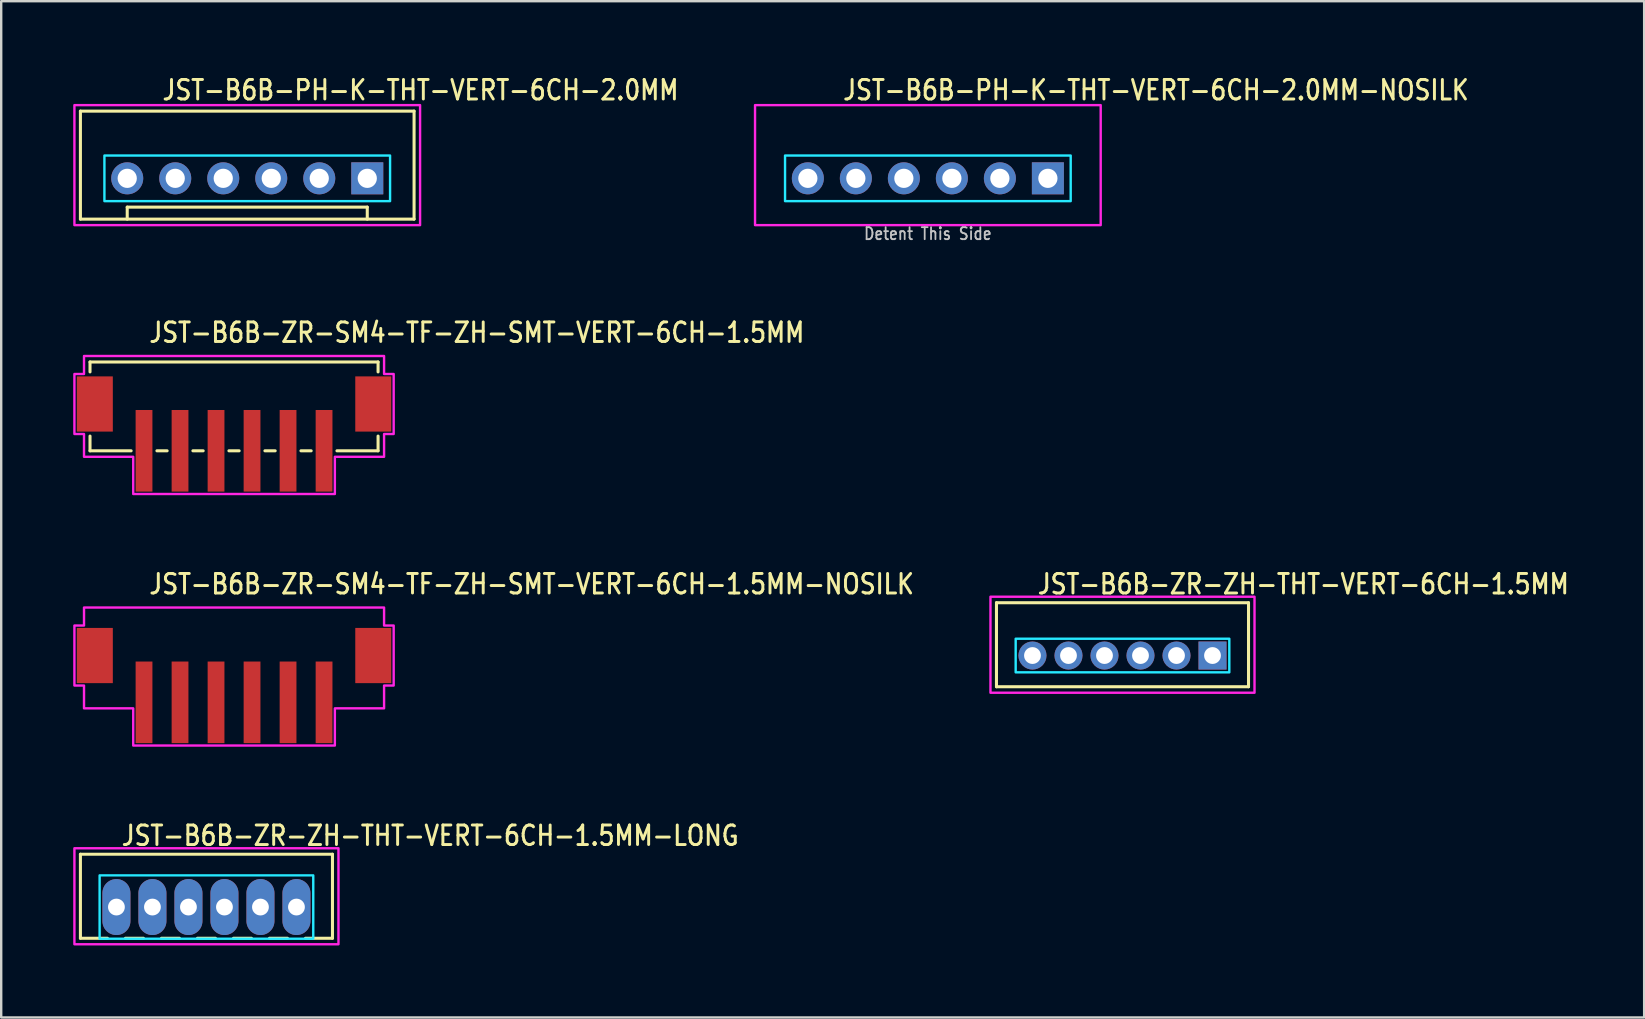
<source format=kicad_pcb>
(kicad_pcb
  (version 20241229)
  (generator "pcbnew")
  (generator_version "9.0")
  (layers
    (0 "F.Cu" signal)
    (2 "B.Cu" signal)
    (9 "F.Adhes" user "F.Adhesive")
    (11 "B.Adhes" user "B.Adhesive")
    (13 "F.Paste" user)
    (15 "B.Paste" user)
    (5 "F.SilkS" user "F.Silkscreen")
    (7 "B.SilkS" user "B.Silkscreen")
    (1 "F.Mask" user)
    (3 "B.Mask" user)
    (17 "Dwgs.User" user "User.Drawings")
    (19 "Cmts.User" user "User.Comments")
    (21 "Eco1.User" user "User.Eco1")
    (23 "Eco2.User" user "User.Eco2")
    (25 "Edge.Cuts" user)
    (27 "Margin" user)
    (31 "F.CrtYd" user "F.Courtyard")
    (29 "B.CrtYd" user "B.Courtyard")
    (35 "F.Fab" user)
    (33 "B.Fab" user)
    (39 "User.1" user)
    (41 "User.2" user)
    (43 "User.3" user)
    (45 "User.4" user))
  (footprint "JST-B6B-PH-K-THT-VERT-6CH-2.0MM"
    (layer "F.Cu")
    (at 7.25 4.379)
    (property "Reference" "JST-B6B-PH-K-THT-VERT-6CH-2.0MM" (at -3.6 -3.2 0) (unlocked yes) (layer "F.SilkS") (effects (font (size 0.813 0.695) (thickness 0.122)) (justify left bottom)))
    (fp_line (start -6.95 -2.8) (end -6.95 1.7) (stroke (width 0.127) (type solid)) (layer "F.SilkS"))
    (fp_line (start -6.95 -2.8) (end 6.95 -2.8) (stroke (width 0.127) (type solid)) (layer "F.SilkS"))
    (fp_line (start -6.95 1.7) (end 6.95 1.7) (stroke (width 0.127) (type solid)) (layer "F.SilkS"))
    (fp_line (start -5 1.7) (end -5 1.2) (stroke (width 0.127) (type solid)) (layer "F.SilkS"))
    (fp_line (start 5 1.2) (end -5 1.2) (stroke (width 0.127) (type solid)) (layer "F.SilkS"))
    (fp_line (start 5 1.7) (end 5 1.2) (stroke (width 0.127) (type solid)) (layer "F.SilkS"))
    (fp_line (start 6.95 1.7) (end 6.95 -2.8) (stroke (width 0.127) (type solid)) (layer "F.SilkS"))
    (fp_poly (pts (xy -5.95 -0.95) (xy -5.95 0.95) (xy 5.95 0.95) (xy 5.95 -0.95)) (stroke (width 0.1) (type solid)) (fill no) (layer "B.CrtYd"))
    (fp_poly (pts (xy -7.2 1.95) (xy -7.2 -3.05) (xy 7.2 -3.05) (xy 7.2 1.95)) (stroke (width 0.1) (type solid)) (fill no) (layer "F.CrtYd"))
    (pad "P$1" thru_hole rect (at 5 0) (size 1.333 1.333) (drill 0.8) (layers "*.Cu" "*.Mask"))
    (pad "P$2" thru_hole oval (at 3 0) (size 1.333 1.333) (drill 0.8) (layers "*.Cu" "*.Mask"))
    (pad "P$3" thru_hole oval (at 1 0) (size 1.333 1.333) (drill 0.8) (layers "*.Cu" "*.Mask"))
    (pad "P$4" thru_hole oval (at -1 0) (size 1.333 1.333) (drill 0.8) (layers "*.Cu" "*.Mask"))
    (pad "P$5" thru_hole oval (at -3 0) (size 1.333 1.333) (drill 0.8) (layers "*.Cu" "*.Mask"))
    (pad "P$6" thru_hole oval (at -5 0) (size 1.333 1.333) (drill 0.8) (layers "*.Cu" "*.Mask")))
  (footprint "JST-B6B-ZR-ZH-THT-VERT-6CH-1.5MM"
    (layer "F.Cu")
    (at 43.712 24.259)
    (property "Reference" "JST-B6B-ZR-ZH-THT-VERT-6CH-1.5MM" (at -3.6 -2.5 0) (unlocked yes) (layer "F.SilkS") (effects (font (size 0.813 0.695) (thickness 0.122)) (justify left bottom)))
    (fp_line (start -5.25 -2.2) (end 5.25 -2.2) (stroke (width 0.127) (type solid)) (layer "F.SilkS"))
    (fp_line (start -5.25 1.3) (end -5.25 -2.2) (stroke (width 0.127) (type solid)) (layer "F.SilkS"))
    (fp_line (start -5.25 1.3) (end 5.25 1.3) (stroke (width 0.127) (type solid)) (layer "F.SilkS"))
    (fp_line (start 5.25 -2.2) (end 5.25 1.3) (stroke (width 0.127) (type solid)) (layer "F.SilkS"))
    (fp_poly (pts (xy -4.45 -0.7) (xy -4.45 0.7) (xy 4.45 0.7) (xy 4.45 -0.7)) (stroke (width 0.1) (type solid)) (fill no) (layer "B.CrtYd"))
    (fp_poly (pts (xy -5.5 -2.45) (xy -5.5 1.55) (xy 5.5 1.55) (xy 5.5 -2.45)) (stroke (width 0.1) (type solid)) (fill no) (layer "F.CrtYd"))
    (pad "P$1" thru_hole rect (at 3.75 0) (size 1.167 1.167) (drill 0.7) (layers "*.Cu" "*.Mask"))
    (pad "P$2" thru_hole oval (at 2.25 0) (size 1.167 1.167) (drill 0.7) (layers "*.Cu" "*.Mask"))
    (pad "P$3" thru_hole oval (at 0.75 0) (size 1.167 1.167) (drill 0.7) (layers "*.Cu" "*.Mask"))
    (pad "P$4" thru_hole oval (at -0.75 0) (size 1.167 1.167) (drill 0.7) (layers "*.Cu" "*.Mask"))
    (pad "P$5" thru_hole oval (at -2.25 0) (size 1.167 1.167) (drill 0.7) (layers "*.Cu" "*.Mask"))
    (pad "P$6" thru_hole oval (at -3.75 0) (size 1.167 1.167) (drill 0.7) (layers "*.Cu" "*.Mask")))
  (footprint "JST-B6B-ZR-SM4-TF-ZH-SMT-VERT-6CH-1.5MM"
    (layer "F.Cu")
    (at 6.7 13.78)
    (property "Reference" "JST-B6B-ZR-SM4-TF-ZH-SMT-VERT-6CH-1.5MM" (at -3.6 -2.5 0) (unlocked yes) (layer "F.SilkS") (effects (font (size 0.813 0.695) (thickness 0.122)) (justify left bottom)))
    (fp_line (start -6 -1.75) (end -6 -1.337) (stroke (width 0.127) (type solid)) (layer "F.SilkS"))
    (fp_line (start -6 -1.75) (end 6 -1.75) (stroke (width 0.127) (type solid)) (layer "F.SilkS"))
    (fp_line (start -6 1.95) (end -6 1.337) (stroke (width 0.127) (type solid)) (layer "F.SilkS"))
    (fp_line (start -6 1.95) (end -4.287 1.95) (stroke (width 0.127) (type solid)) (layer "F.SilkS"))
    (fp_line (start -3.213 1.95) (end -2.787 1.95) (stroke (width 0.127) (type solid)) (layer "F.SilkS"))
    (fp_line (start -1.714 1.95) (end -1.286 1.95) (stroke (width 0.127) (type solid)) (layer "F.SilkS"))
    (fp_line (start -0.213 1.95) (end 0.213 1.95) (stroke (width 0.127) (type solid)) (layer "F.SilkS"))
    (fp_line (start 1.286 1.95) (end 1.714 1.95) (stroke (width 0.127) (type solid)) (layer "F.SilkS"))
    (fp_line (start 2.787 1.95) (end 3.213 1.95) (stroke (width 0.127) (type solid)) (layer "F.SilkS"))
    (fp_line (start 4.287 1.95) (end 6 1.95) (stroke (width 0.127) (type solid)) (layer "F.SilkS"))
    (fp_line (start 6 -1.337) (end 6 -1.75) (stroke (width 0.127) (type solid)) (layer "F.SilkS"))
    (fp_line (start 6 1.337) (end 6 1.95) (stroke (width 0.127) (type solid)) (layer "F.SilkS"))
    (fp_poly (pts (xy -6.25 -2) (xy -6.25 -1.25) (xy -6.65 -1.25) (xy -6.65 1.25) (xy -6.25 1.25) (xy -6.25 2.2) (xy -4.2 2.2) (xy -4.2 3.75) (xy 4.2 3.75) (xy 4.2 2.2) (xy 6.25 2.2) (xy 6.25 1.25) (xy 6.65 1.25) (xy 6.65 -1.25) (xy 6.25 -1.25) (xy 6.25 -2)) (stroke (width 0.1) (type solid)) (fill no) (layer "F.CrtYd"))
    (pad "P$1" smd rect (at -3.75 1.95) (size 0.7 3.4) (layers "F.Cu" "F.Mask" "F.Paste"))
    (pad "P$2" smd rect (at -2.25 1.95) (size 0.7 3.4) (layers "F.Cu" "F.Mask" "F.Paste"))
    (pad "P$3" smd rect (at -0.75 1.95) (size 0.7 3.4) (layers "F.Cu" "F.Mask" "F.Paste"))
    (pad "P$4" smd rect (at 0.75 1.95) (size 0.7 3.4) (layers "F.Cu" "F.Mask" "F.Paste"))
    (pad "P$5" smd rect (at 2.25 1.95) (size 0.7 3.4) (layers "F.Cu" "F.Mask" "F.Paste"))
    (pad "P$6" smd rect (at 3.75 1.95) (size 0.7 3.4) (layers "F.Cu" "F.Mask" "F.Paste"))
    (pad "S$7" smd rect (at 5.8 0) (size 1.5 2.3) (layers "F.Cu" "F.Mask" "F.Paste"))
    (pad "S$8" smd rect (at -5.8 0) (size 1.5 2.3) (layers "F.Cu" "F.Mask" "F.Paste")))
  (footprint "JST-B6B-ZR-ZH-THT-VERT-6CH-1.5MM-LONG"
    (layer "F.Cu")
    (at 5.55 34.737)
    (property "Reference" "JST-B6B-ZR-ZH-THT-VERT-6CH-1.5MM-LONG" (at -3.6 -2.5 0) (unlocked yes) (layer "F.SilkS") (effects (font (size 0.813 0.695) (thickness 0.122)) (justify left bottom)))
    (fp_line (start -5.25 -2.2) (end 5.25 -2.2) (stroke (width 0.127) (type solid)) (layer "F.SilkS"))
    (fp_line (start -5.25 1.3) (end -5.25 -2.2) (stroke (width 0.127) (type solid)) (layer "F.SilkS"))
    (fp_line (start -5.25 1.3) (end -4.125 1.3) (stroke (width 0.127) (type solid)) (layer "F.SilkS"))
    (fp_line (start -3.375 1.3) (end -2.625 1.3) (stroke (width 0.127) (type solid)) (layer "F.SilkS"))
    (fp_line (start -1.875 1.3) (end -1.125 1.3) (stroke (width 0.127) (type solid)) (layer "F.SilkS"))
    (fp_line (start -0.375 1.3) (end 0.375 1.3) (stroke (width 0.127) (type solid)) (layer "F.SilkS"))
    (fp_line (start 1.125 1.3) (end 1.875 1.3) (stroke (width 0.127) (type solid)) (layer "F.SilkS"))
    (fp_line (start 2.625 1.3) (end 3.375 1.3) (stroke (width 0.127) (type solid)) (layer "F.SilkS"))
    (fp_line (start 4.125 1.3) (end 5.25 1.3) (stroke (width 0.127) (type solid)) (layer "F.SilkS"))
    (fp_line (start 5.25 -2.2) (end 5.25 1.3) (stroke (width 0.127) (type solid)) (layer "F.SilkS"))
    (fp_poly (pts (xy -4.45 -1.32) (xy -4.45 1.32) (xy 4.45 1.32) (xy 4.45 -1.32)) (stroke (width 0.1) (type solid)) (fill no) (layer "B.CrtYd"))
    (fp_poly (pts (xy -5.5 -2.45) (xy -5.5 1.55) (xy 5.5 1.55) (xy 5.5 -2.45)) (stroke (width 0.1) (type solid)) (fill no) (layer "F.CrtYd"))
    (pad "P$1" thru_hole oval (at 3.75 0 90) (size 2.333 1.167) (drill 0.7) (layers "*.Cu" "*.Mask"))
    (pad "P$2" thru_hole oval (at 2.25 0 90) (size 2.333 1.167) (drill 0.7) (layers "*.Cu" "*.Mask"))
    (pad "P$3" thru_hole oval (at 0.75 0 90) (size 2.333 1.167) (drill 0.7) (layers "*.Cu" "*.Mask"))
    (pad "P$4" thru_hole oval (at -0.75 0 90) (size 2.333 1.167) (drill 0.7) (layers "*.Cu" "*.Mask"))
    (pad "P$5" thru_hole oval (at -2.25 0 90) (size 2.333 1.167) (drill 0.7) (layers "*.Cu" "*.Mask"))
    (pad "P$6" thru_hole oval (at -3.75 0 90) (size 2.333 1.167) (drill 0.7) (layers "*.Cu" "*.Mask")))
  (footprint "JST-B6B-PH-K-THT-VERT-6CH-2.0MM-NOSILK"
    (layer "F.Cu")
    (at 35.604 4.379)
    (property "Reference" "JST-B6B-PH-K-THT-VERT-6CH-2.0MM-NOSILK" (at -3.6 -3.2 0) (unlocked yes) (layer "F.SilkS") (effects (font (size 0.813 0.695) (thickness 0.122)) (justify left bottom)))
    (fp_poly (pts (xy -5.95 -0.95) (xy -5.95 0.95) (xy 5.95 0.95) (xy 5.95 -0.95)) (stroke (width 0.1) (type solid)) (fill no) (layer "B.CrtYd"))
    (fp_poly (pts (xy -7.2 1.95) (xy -7.2 -3.05) (xy 7.2 -3.05) (xy 7.2 1.95)) (stroke (width 0.1) (type solid)) (fill no) (layer "F.CrtYd"))
    (fp_text user "Detent This Side" (at 0 2.6 0) (unlocked yes) (layer "Dwgs.User") (effects (font (size 0.5 0.427) (thickness 0.075)) (justify bottom)))
    (pad "P$1" thru_hole rect (at 5 0) (size 1.333 1.333) (drill 0.8) (layers "*.Cu" "*.Mask"))
    (pad "P$2" thru_hole oval (at 3 0) (size 1.333 1.333) (drill 0.8) (layers "*.Cu" "*.Mask"))
    (pad "P$3" thru_hole oval (at 1 0) (size 1.333 1.333) (drill 0.8) (layers "*.Cu" "*.Mask"))
    (pad "P$4" thru_hole oval (at -1 0) (size 1.333 1.333) (drill 0.8) (layers "*.Cu" "*.Mask"))
    (pad "P$5" thru_hole oval (at -3 0) (size 1.333 1.333) (drill 0.8) (layers "*.Cu" "*.Mask"))
    (pad "P$6" thru_hole oval (at -5 0) (size 1.333 1.333) (drill 0.8) (layers "*.Cu" "*.Mask")))
  (footprint "JST-B6B-ZR-SM4-TF-ZH-SMT-VERT-6CH-1.5MM-NOSILK"
    (layer "F.Cu")
    (at 6.7 24.259)
    (property "Reference" "JST-B6B-ZR-SM4-TF-ZH-SMT-VERT-6CH-1.5MM-NOSILK" (at -3.6 -2.5 0) (unlocked yes) (layer "F.SilkS") (effects (font (size 0.813 0.695) (thickness 0.122)) (justify left bottom)))
    (fp_poly (pts (xy -6.25 -2) (xy -6.25 -1.25) (xy -6.65 -1.25) (xy -6.65 1.25) (xy -6.25 1.25) (xy -6.25 2.2) (xy -4.2 2.2) (xy -4.2 3.75) (xy 4.2 3.75) (xy 4.2 2.2) (xy 6.25 2.2) (xy 6.25 1.25) (xy 6.65 1.25) (xy 6.65 -1.25) (xy 6.25 -1.25) (xy 6.25 -2)) (stroke (width 0.1) (type solid)) (fill no) (layer "F.CrtYd"))
    (pad "P$1" smd rect (at -3.75 1.95) (size 0.7 3.4) (layers "F.Cu" "F.Mask" "F.Paste"))
    (pad "P$2" smd rect (at -2.25 1.95) (size 0.7 3.4) (layers "F.Cu" "F.Mask" "F.Paste"))
    (pad "P$3" smd rect (at -0.75 1.95) (size 0.7 3.4) (layers "F.Cu" "F.Mask" "F.Paste"))
    (pad "P$4" smd rect (at 0.75 1.95) (size 0.7 3.4) (layers "F.Cu" "F.Mask" "F.Paste"))
    (pad "P$5" smd rect (at 2.25 1.95) (size 0.7 3.4) (layers "F.Cu" "F.Mask" "F.Paste"))
    (pad "P$6" smd rect (at 3.75 1.95) (size 0.7 3.4) (layers "F.Cu" "F.Mask" "F.Paste"))
    (pad "P$7" smd rect (at 5.8 0) (size 1.5 2.3) (layers "F.Cu" "F.Mask" "F.Paste"))
    (pad "P$8" smd rect (at -5.8 0) (size 1.5 2.3) (layers "F.Cu" "F.Mask" "F.Paste")))
  (gr_rect
    (start -3 -3)
    (end 65.444 39.337)
    (stroke (width 0.1) (type default))
    (fill no)
    (layer "Edge.Cuts")))
</source>
